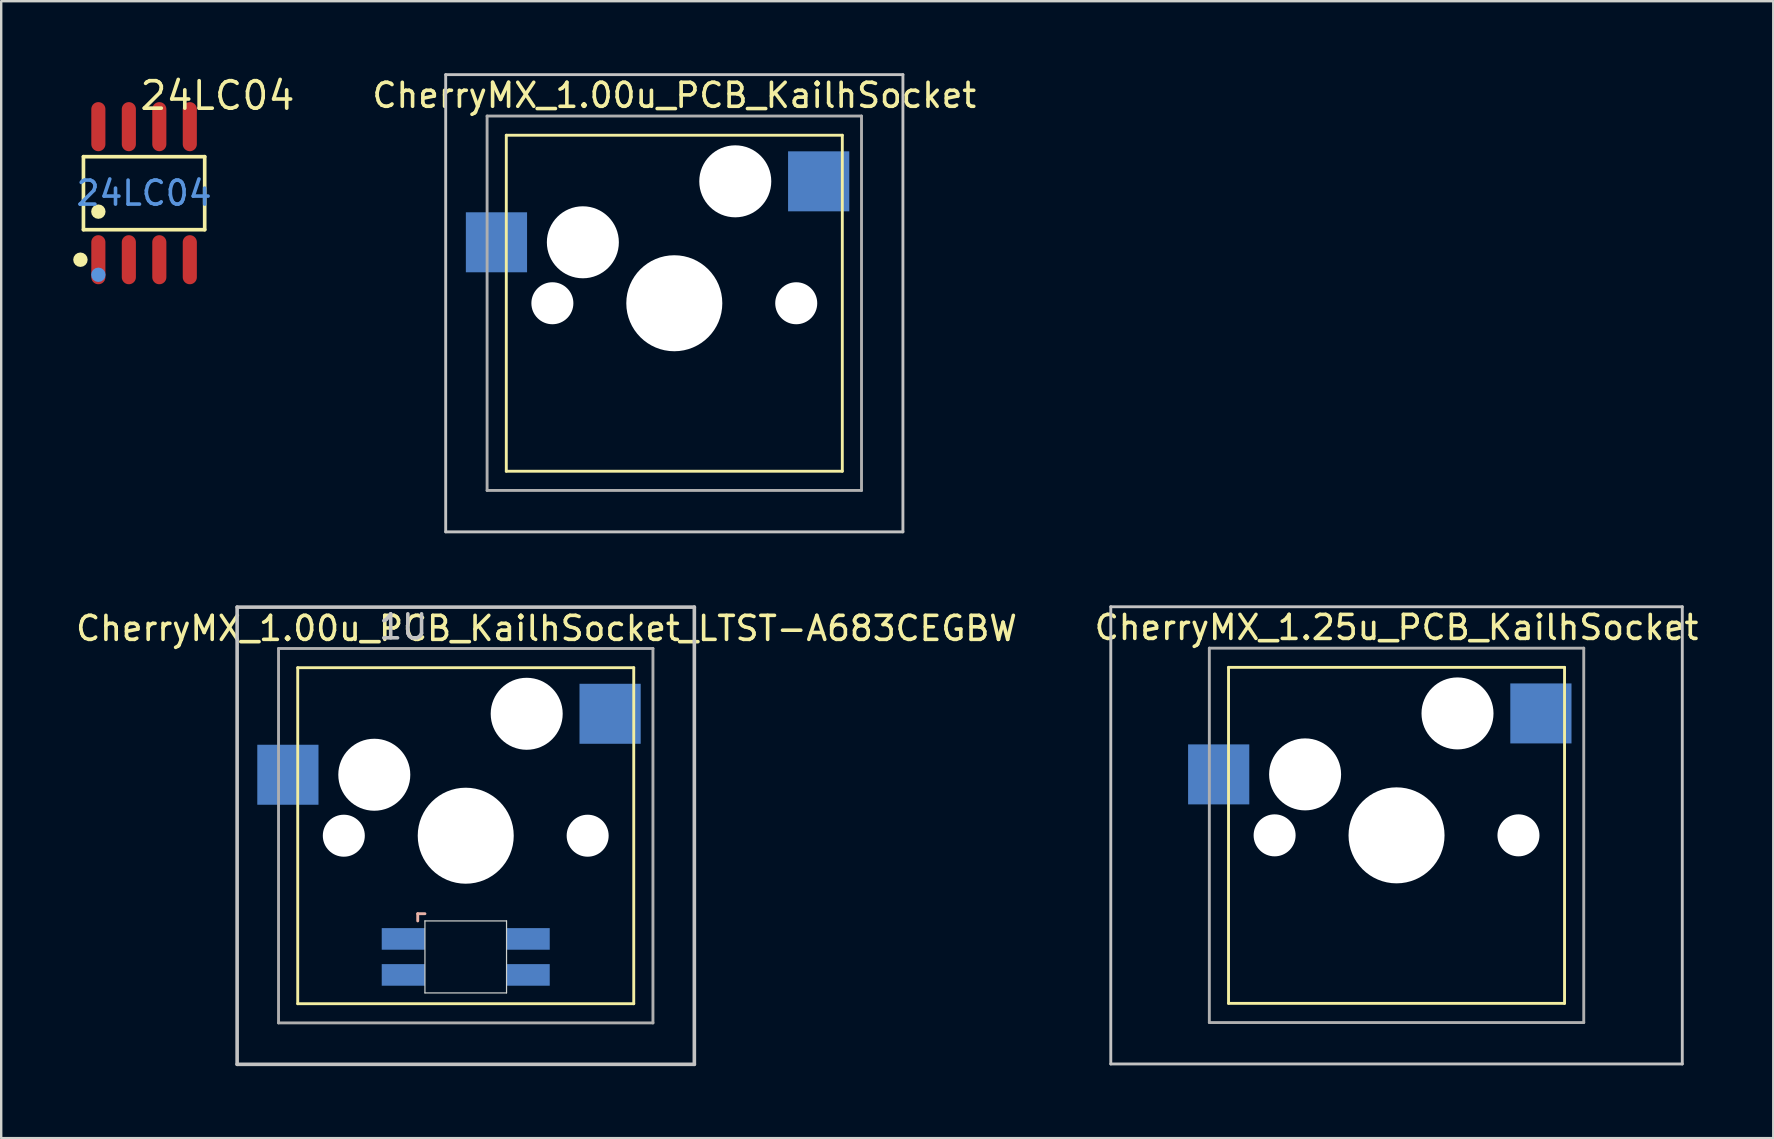
<source format=kicad_pcb>
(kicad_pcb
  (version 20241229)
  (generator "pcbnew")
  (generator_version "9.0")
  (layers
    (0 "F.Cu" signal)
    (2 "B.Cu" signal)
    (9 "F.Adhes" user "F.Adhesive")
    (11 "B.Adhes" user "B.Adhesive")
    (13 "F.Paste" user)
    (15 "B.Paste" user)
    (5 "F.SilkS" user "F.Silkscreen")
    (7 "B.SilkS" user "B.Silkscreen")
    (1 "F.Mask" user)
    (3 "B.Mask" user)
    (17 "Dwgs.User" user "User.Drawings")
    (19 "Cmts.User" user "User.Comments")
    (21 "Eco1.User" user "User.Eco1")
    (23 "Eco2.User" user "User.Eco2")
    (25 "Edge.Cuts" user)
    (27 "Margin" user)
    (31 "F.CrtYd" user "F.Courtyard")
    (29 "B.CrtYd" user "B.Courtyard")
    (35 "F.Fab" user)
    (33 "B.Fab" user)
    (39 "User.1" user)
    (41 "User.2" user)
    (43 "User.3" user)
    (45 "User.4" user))
  (footprint "CherryMX_1.00u_PCB_KailhSocket_LTST-A683CEGBW"
    (layer "F.Cu")
    (at 16.355 31.77)
    (property "Reference" "CherryMX_1.00u_PCB_KailhSocket_LTST-A683CEGBW" (at 3.365 -8.636 0) (layer "F.SilkS") (effects (font (size 1 1) (thickness 0.15))))
    (attr through_hole)
    (fp_line (start -7 -7) (end -7 7) (stroke (width 0.12) (type solid)) (layer "F.SilkS"))
    (fp_line (start -7 -7) (end 7 -7) (stroke (width 0.12) (type solid)) (layer "F.SilkS"))
    (fp_line (start 7 -7) (end 7 7) (stroke (width 0.12) (type solid)) (layer "F.SilkS"))
    (fp_line (start 7 7) (end -7 7) (stroke (width 0.12) (type solid)) (layer "F.SilkS"))
    (fp_line (start -2 3.25) (end -2 3.55) (stroke (width 0.12) (type solid)) (layer "B.SilkS"))
    (fp_line (start -1.7 3.25) (end -2 3.25) (stroke (width 0.12) (type solid)) (layer "B.SilkS"))
    (fp_line (start -9.525 -9.525) (end 9.525 -9.525) (stroke (width 0.15) (type solid)) (layer "Dwgs.User"))
    (fp_line (start -9.525 9.525) (end -9.525 -9.525) (stroke (width 0.15) (type solid)) (layer "Dwgs.User"))
    (fp_line (start 9.525 -9.525) (end 9.525 9.525) (stroke (width 0.15) (type solid)) (layer "Dwgs.User"))
    (fp_line (start 9.525 9.525) (end -9.525 9.525) (stroke (width 0.15) (type solid)) (layer "Dwgs.User"))
    (fp_line (start -1.7 3.55) (end 1.7 3.55) (stroke (width 0.05) (type solid)) (layer "Edge.Cuts"))
    (fp_line (start -1.7 6.55) (end -1.7 3.55) (stroke (width 0.05) (type solid)) (layer "Edge.Cuts"))
    (fp_line (start 1.7 3.55) (end 1.7 6.55) (stroke (width 0.05) (type solid)) (layer "Edge.Cuts"))
    (fp_line (start 1.7 6.55) (end -1.7 6.55) (stroke (width 0.05) (type solid)) (layer "Edge.Cuts"))
    (fp_line (start -7.8 -7.8) (end -7.8 7.8) (stroke (width 0.12) (type solid)) (layer "F.Fab"))
    (fp_line (start -7.8 -7.8) (end 7.8 -7.8) (stroke (width 0.12) (type solid)) (layer "F.Fab"))
    (fp_line (start -7.8 7.8) (end 7.8 7.8) (stroke (width 0.12) (type solid)) (layer "F.Fab"))
    (fp_line (start 7.8 -7.8) (end 7.8 7.8) (stroke (width 0.12) (type solid)) (layer "F.Fab"))
    (fp_text user "1U" (at -2.603 -8.7 0) (layer "Dwgs.User") (effects (font (size 1 1) (thickness 0.15))))
    (pad "" np_thru_hole circle (at -5.08 0) (size 1.75 1.75) (drill 1.75) (layers "*.Cu" "*.Mask"))
    (pad "" np_thru_hole circle (at -3.81 -2.54) (size 3 3) (drill 3) (layers "*.Cu" "*.Mask"))
    (pad "" np_thru_hole circle (at 0 0) (size 4 4) (drill 4) (layers "*.Cu" "*.Mask"))
    (pad "" np_thru_hole circle (at 2.54 -5.08) (size 3 3) (drill 3) (layers "*.Cu" "*.Mask"))
    (pad "" np_thru_hole circle (at 5.08 0) (size 1.75 1.75) (drill 1.75) (layers "*.Cu" "*.Mask"))
    (pad "1" smd rect (at -7.41 -2.54) (size 2.55 2.5) (layers "B.Cu" "B.Mask" "B.Paste"))
    (pad "2" smd rect (at 6.015 -5.08) (size 2.55 2.5) (layers "B.Cu" "B.Mask" "B.Paste"))
    (pad "3" smd rect (at -2.6 4.3) (size 1.8 0.9) (layers "B.Cu" "B.Mask" "B.Paste"))
    (pad "4" smd rect (at -2.6 5.8) (size 1.8 0.9) (layers "B.Cu" "B.Mask" "B.Paste"))
    (pad "5" smd rect (at 2.6 4.3) (size 1.8 0.9) (layers "B.Cu" "B.Mask" "B.Paste"))
    (pad "6" smd rect (at 2.6 5.8) (size 1.8 0.9) (layers "B.Cu" "B.Mask" "B.Paste")))
  (footprint "CherryMX_1.25u_PCB_KailhSocket"
    (layer "F.Cu")
    (at 55.137 31.755)
    (property "Reference" "CherryMX_1.25u_PCB_KailhSocket" (at 0 -8.662 0) (layer "F.SilkS") (effects (font (size 1 1) (thickness 0.15))))
    (attr through_hole)
    (fp_line (start -7 -7) (end -7 7) (stroke (width 0.12) (type solid)) (layer "F.SilkS"))
    (fp_line (start -7 -7) (end 7 -7) (stroke (width 0.12) (type solid)) (layer "F.SilkS"))
    (fp_line (start 7 -7) (end 7 7) (stroke (width 0.12) (type solid)) (layer "F.SilkS"))
    (fp_line (start 7 7) (end -7 7) (stroke (width 0.12) (type solid)) (layer "F.SilkS"))
    (fp_line (start -11.906 -9.525) (end 11.906 -9.525) (stroke (width 0.12) (type solid)) (layer "Dwgs.User"))
    (fp_line (start -11.906 9.525) (end -11.906 -9.525) (stroke (width 0.12) (type solid)) (layer "Dwgs.User"))
    (fp_line (start 11.906 -9.525) (end 11.906 9.525) (stroke (width 0.12) (type solid)) (layer "Dwgs.User"))
    (fp_line (start 11.906 9.525) (end -11.906 9.525) (stroke (width 0.12) (type solid)) (layer "Dwgs.User"))
    (fp_line (start -7.8 -7.8) (end -7.8 7.8) (stroke (width 0.12) (type solid)) (layer "F.Fab"))
    (fp_line (start -7.8 -7.8) (end 7.8 -7.8) (stroke (width 0.12) (type solid)) (layer "F.Fab"))
    (fp_line (start -7.8 7.8) (end 7.8 7.8) (stroke (width 0.12) (type solid)) (layer "F.Fab"))
    (fp_line (start 7.8 -7.8) (end 7.8 7.8) (stroke (width 0.12) (type solid)) (layer "F.Fab"))
    (pad "" np_thru_hole circle (at -5.08 0) (size 1.75 1.75) (drill 1.75) (layers "*.Cu" "*.Mask"))
    (pad "" np_thru_hole circle (at -3.81 -2.54) (size 3 3) (drill 3) (layers "*.Cu" "*.Mask"))
    (pad "" np_thru_hole circle (at 0 0) (size 4 4) (drill 4) (layers "*.Cu" "*.Mask"))
    (pad "" np_thru_hole circle (at 2.54 -5.08) (size 3 3) (drill 3) (layers "*.Cu" "*.Mask"))
    (pad "" np_thru_hole circle (at 5.08 0) (size 1.75 1.75) (drill 1.75) (layers "*.Cu" "*.Mask"))
    (pad "1" smd rect (at -7.41 -2.54) (size 2.55 2.5) (layers "B.Cu" "B.Mask" "B.Paste"))
    (pad "2" smd rect (at 6.015 -5.08) (size 2.55 2.5) (layers "B.Cu" "B.Mask" "B.Paste")))
  (footprint "CherryMX_1.00u_PCB_KailhSocket"
    (layer "F.Cu")
    (at 25.045 9.585)
    (property "Reference" "CherryMX_1.00u_PCB_KailhSocket" (at 0 -8.662 0) (layer "F.SilkS") (effects (font (size 1 1) (thickness 0.15))))
    (attr through_hole)
    (fp_line (start -7 -7) (end -7 7) (stroke (width 0.12) (type solid)) (layer "F.SilkS"))
    (fp_line (start -7 -7) (end 7 -7) (stroke (width 0.12) (type solid)) (layer "F.SilkS"))
    (fp_line (start 7 -7) (end 7 7) (stroke (width 0.12) (type solid)) (layer "F.SilkS"))
    (fp_line (start 7 7) (end -7 7) (stroke (width 0.12) (type solid)) (layer "F.SilkS"))
    (fp_line (start -9.525 -9.525) (end 9.525 -9.525) (stroke (width 0.12) (type solid)) (layer "Dwgs.User"))
    (fp_line (start -9.525 9.525) (end -9.525 -9.525) (stroke (width 0.12) (type solid)) (layer "Dwgs.User"))
    (fp_line (start 9.525 -9.525) (end 9.525 9.525) (stroke (width 0.12) (type solid)) (layer "Dwgs.User"))
    (fp_line (start 9.525 9.525) (end -9.525 9.525) (stroke (width 0.12) (type solid)) (layer "Dwgs.User"))
    (fp_line (start -7.8 -7.8) (end -7.8 7.8) (stroke (width 0.12) (type solid)) (layer "F.Fab"))
    (fp_line (start -7.8 -7.8) (end 7.8 -7.8) (stroke (width 0.12) (type solid)) (layer "F.Fab"))
    (fp_line (start -7.8 7.8) (end 7.8 7.8) (stroke (width 0.12) (type solid)) (layer "F.Fab"))
    (fp_line (start 7.8 -7.8) (end 7.8 7.8) (stroke (width 0.12) (type solid)) (layer "F.Fab"))
    (pad "" np_thru_hole circle (at -5.08 0) (size 1.75 1.75) (drill 1.75) (layers "*.Cu" "*.Mask"))
    (pad "" np_thru_hole circle (at -3.81 -2.54) (size 3 3) (drill 3) (layers "*.Cu" "*.Mask"))
    (pad "" np_thru_hole circle (at 0 0) (size 4 4) (drill 4) (layers "*.Cu" "*.Mask"))
    (pad "" np_thru_hole circle (at 2.54 -5.08) (size 3 3) (drill 3) (layers "*.Cu" "*.Mask"))
    (pad "" np_thru_hole circle (at 5.08 0) (size 1.75 1.75) (drill 1.75) (layers "*.Cu" "*.Mask"))
    (pad "1" smd rect (at -7.41 -2.54) (size 2.55 2.5) (layers "B.Cu" "B.Mask" "B.Paste"))
    (pad "2" smd rect (at 6.015 -5.08) (size 2.55 2.5) (layers "B.Cu" "B.Mask" "B.Paste")))
  (footprint "24LC04"
    (layer "F.Cu")
    (at 2.953 4.999)
    (property "Reference" "24LC04" (at -0.254 -4.064 0) (layer "F.SilkS") (effects (font (size 1.143 1.143) (thickness 0.152)) (justify left)))
    (attr smd)
    (fp_line (start -2.526 -1.521) (end 2.526 -1.521) (stroke (width 0.152) (type solid)) (layer "F.SilkS"))
    (fp_line (start -2.526 1.521) (end -2.526 -1.521) (stroke (width 0.152) (type solid)) (layer "F.SilkS"))
    (fp_line (start 2.526 -1.521) (end 2.526 1.521) (stroke (width 0.152) (type solid)) (layer "F.SilkS"))
    (fp_line (start 2.526 1.521) (end -2.526 1.521) (stroke (width 0.152) (type solid)) (layer "F.SilkS"))
    (fp_circle (center -2.652 2.772) (end -2.501 2.772) (stroke (width 0.3) (type solid)) (fill no) (layer "F.SilkS"))
    (fp_circle (center -1.905 0.769) (end -1.755 0.769) (stroke (width 0.3) (type solid)) (fill no) (layer "F.SilkS"))
    (fp_circle (center -1.905 3.4) (end -1.755 3.4) (stroke (width 0.3) (type solid)) (fill no) (layer "Cmts.User"))
    (fp_text user "24LC04" (at 0 0 0) (layer "Cmts.User") (effects (font (size 1 1) (thickness 0.15))))
    (pad "1" smd oval (at -1.905 2.772) (size 0.588 2.045) (layers "F.Cu" "F.Mask" "F.Paste"))
    (pad "2" smd oval (at -0.635 2.772) (size 0.588 2.045) (layers "F.Cu" "F.Mask" "F.Paste"))
    (pad "3" smd oval (at 0.635 2.772) (size 0.588 2.045) (layers "F.Cu" "F.Mask" "F.Paste"))
    (pad "4" smd oval (at 1.905 2.772) (size 0.588 2.045) (layers "F.Cu" "F.Mask" "F.Paste"))
    (pad "5" smd oval (at 1.905 -2.772) (size 0.588 2.045) (layers "F.Cu" "F.Mask" "F.Paste"))
    (pad "6" smd oval (at 0.635 -2.772) (size 0.588 2.045) (layers "F.Cu" "F.Mask" "F.Paste"))
    (pad "7" smd oval (at -0.635 -2.772) (size 0.588 2.045) (layers "F.Cu" "F.Mask" "F.Paste"))
    (pad "8" smd oval (at -1.905 -2.772) (size 0.588 2.045) (layers "F.Cu" "F.Mask" "F.Paste")))
  (gr_rect
    (start -3 -3)
    (end 70.833 44.37)
    (stroke (width 0.1) (type default))
    (fill no)
    (layer "Edge.Cuts")))
</source>
